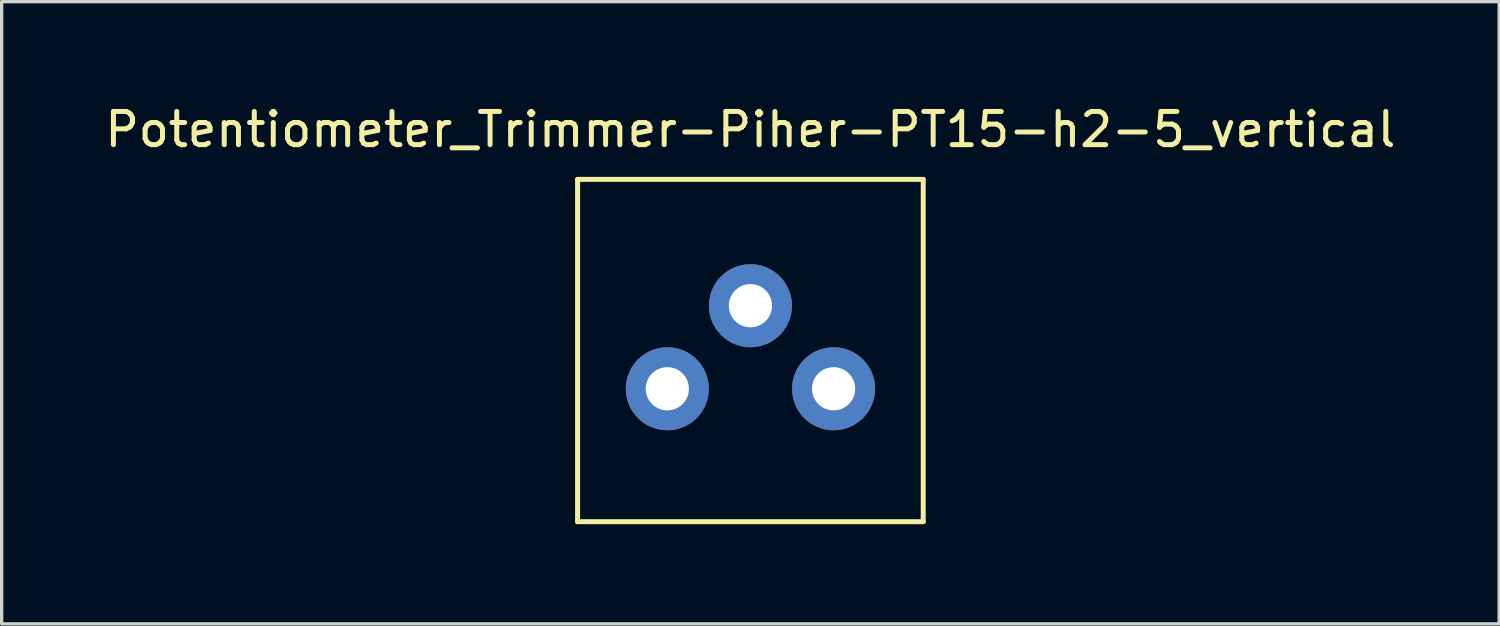
<source format=kicad_pcb>
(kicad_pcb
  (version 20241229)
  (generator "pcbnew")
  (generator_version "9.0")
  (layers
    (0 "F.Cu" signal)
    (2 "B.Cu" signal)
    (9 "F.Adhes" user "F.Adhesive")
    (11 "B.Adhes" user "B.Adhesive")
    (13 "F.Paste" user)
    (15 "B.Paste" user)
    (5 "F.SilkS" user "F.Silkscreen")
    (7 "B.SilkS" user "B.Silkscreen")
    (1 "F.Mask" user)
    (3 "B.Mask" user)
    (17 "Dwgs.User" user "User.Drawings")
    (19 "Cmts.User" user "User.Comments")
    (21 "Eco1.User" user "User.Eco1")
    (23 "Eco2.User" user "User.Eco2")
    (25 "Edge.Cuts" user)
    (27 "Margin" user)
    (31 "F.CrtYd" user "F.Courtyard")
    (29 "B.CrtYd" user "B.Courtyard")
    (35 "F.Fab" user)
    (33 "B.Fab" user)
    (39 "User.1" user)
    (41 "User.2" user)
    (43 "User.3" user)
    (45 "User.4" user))
  (footprint "Potentiometer_Trimmer-Piher-PT15-h2-5_vertical"
    (layer "F.Cu")
    (at 19.53 6.148)
    (property "Reference" "Potentiometer_Trimmer-Piher-PT15-h2-5_vertical" (at 0 -5.3 0) (layer "F.SilkS") (effects (font (size 1 1) (thickness 0.15))))
    (attr through_hole)
    (fp_line (start -5.2 -3.8) (end -5.2 6.5) (stroke (width 0.15) (type solid)) (layer "F.SilkS"))
    (fp_line (start -5.2 -3.8) (end 5.2 -3.8) (stroke (width 0.15) (type solid)) (layer "F.SilkS"))
    (fp_line (start -5.2 6.5) (end 5.2 6.5) (stroke (width 0.15) (type solid)) (layer "F.SilkS"))
    (fp_line (start 5.2 -3.8) (end 5.2 6.5) (stroke (width 0.15) (type solid)) (layer "F.SilkS"))
    (pad "1" thru_hole circle (at -2.5 2.5) (size 2.499 2.499) (drill 1.3) (layers "*.Cu" "*.Mask"))
    (pad "2" thru_hole circle (at 0.001 0.001) (size 2.499 2.499) (drill 1.3) (layers "*.Cu" "*.Mask"))
    (pad "3" thru_hole circle (at 2.503 2.5) (size 2.499 2.499) (drill 1.3) (layers "*.Cu" "*.Mask")))
  (gr_rect
    (start -3 -3)
    (end 42.06 15.723)
    (stroke (width 0.1) (type default))
    (fill no)
    (layer "Edge.Cuts")))
</source>
